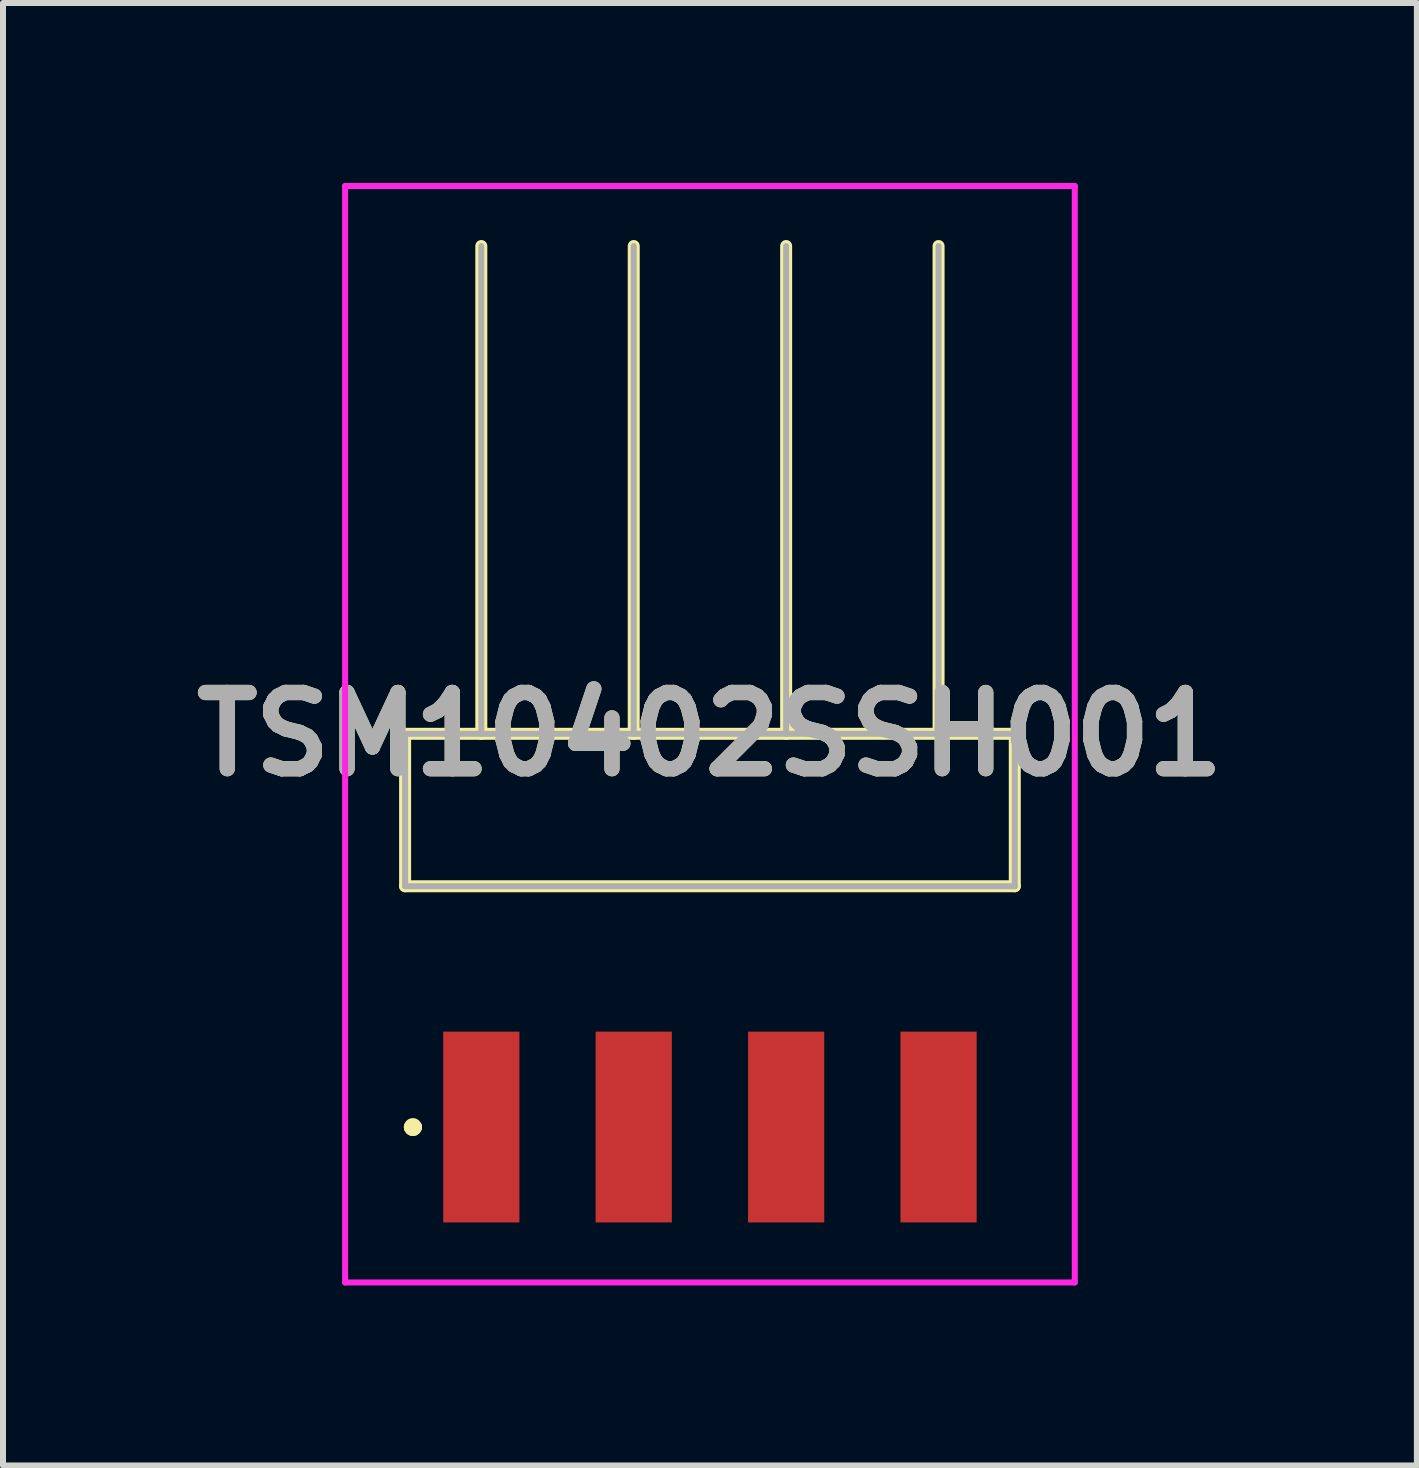
<source format=kicad_pcb>
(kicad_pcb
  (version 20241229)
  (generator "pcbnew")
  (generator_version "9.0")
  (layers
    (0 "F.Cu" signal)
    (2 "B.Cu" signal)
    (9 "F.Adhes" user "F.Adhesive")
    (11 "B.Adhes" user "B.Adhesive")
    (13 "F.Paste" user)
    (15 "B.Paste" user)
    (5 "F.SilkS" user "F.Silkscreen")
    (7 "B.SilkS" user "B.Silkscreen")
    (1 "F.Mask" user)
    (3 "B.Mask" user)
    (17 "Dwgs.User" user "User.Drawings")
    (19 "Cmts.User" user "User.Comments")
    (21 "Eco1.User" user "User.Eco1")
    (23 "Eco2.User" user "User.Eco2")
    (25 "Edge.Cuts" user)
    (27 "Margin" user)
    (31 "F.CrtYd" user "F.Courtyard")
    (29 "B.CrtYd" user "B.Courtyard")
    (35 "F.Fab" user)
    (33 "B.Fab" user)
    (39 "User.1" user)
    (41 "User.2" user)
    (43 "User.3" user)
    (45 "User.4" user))
  (footprint "TSM10402SSH001"
    (layer "F.Cu")
    (at 8.781 10.449)
    (property "Reference" "TSM10402SSH001" (at 0 -1.263 0) (layer "F.SilkS") (effects (font (size 1.27 1.27) (thickness 0.254))))
    (attr smd)
    (fp_line (start -5.08 -1.27) (end 5.08 -1.27) (stroke (width 0.2) (type solid)) (layer "F.SilkS"))
    (fp_line (start -5.08 1.27) (end -5.08 -1.27) (stroke (width 0.2) (type solid)) (layer "F.SilkS"))
    (fp_line (start -5 5.283) (end -5 5.283) (stroke (width 0.2) (type solid)) (layer "F.SilkS"))
    (fp_line (start -5 5.283) (end -5 5.283) (stroke (width 0.2) (type solid)) (layer "F.SilkS"))
    (fp_line (start -4.9 5.283) (end -4.9 5.283) (stroke (width 0.2) (type solid)) (layer "F.SilkS"))
    (fp_line (start -3.81 -1.27) (end -3.81 -9.399) (stroke (width 0.2) (type solid)) (layer "F.SilkS"))
    (fp_line (start -1.27 -1.27) (end -1.27 -9.399) (stroke (width 0.2) (type solid)) (layer "F.SilkS"))
    (fp_line (start 1.27 -1.27) (end 1.27 -9.399) (stroke (width 0.2) (type solid)) (layer "F.SilkS"))
    (fp_line (start 3.81 -1.27) (end 3.81 -9.399) (stroke (width 0.2) (type solid)) (layer "F.SilkS"))
    (fp_line (start 5.08 -1.27) (end 5.08 1.27) (stroke (width 0.2) (type solid)) (layer "F.SilkS"))
    (fp_line (start 5.08 1.27) (end -5.08 1.27) (stroke (width 0.2) (type solid)) (layer "F.SilkS"))
    (fp_arc (start -5 5.283) (mid -4.95 5.233) (end -4.9 5.283) (stroke (width 0.2) (type solid)) (layer "F.SilkS"))
    (fp_arc (start -4.9 5.283) (mid -4.95 5.333) (end -5 5.283) (stroke (width 0.2) (type solid)) (layer "F.SilkS"))
    (fp_arc (start -4.9 5.283) (mid -4.95 5.333) (end -5 5.283) (stroke (width 0.2) (type solid)) (layer "F.SilkS"))
    (fp_line (start -6.08 -10.399) (end 6.08 -10.399) (stroke (width 0.1) (type solid)) (layer "F.CrtYd"))
    (fp_line (start -6.08 7.873) (end -6.08 -10.399) (stroke (width 0.1) (type solid)) (layer "F.CrtYd"))
    (fp_line (start 6.08 -10.399) (end 6.08 7.873) (stroke (width 0.1) (type solid)) (layer "F.CrtYd"))
    (fp_line (start 6.08 7.873) (end -6.08 7.873) (stroke (width 0.1) (type solid)) (layer "F.CrtYd"))
    (fp_line (start -5.08 -1.27) (end 5.08 -1.27) (stroke (width 0.1) (type solid)) (layer "F.Fab"))
    (fp_line (start -5.08 1.27) (end -5.08 -1.27) (stroke (width 0.1) (type solid)) (layer "F.Fab"))
    (fp_line (start -3.81 -1.27) (end -3.81 -9.399) (stroke (width 0.1) (type solid)) (layer "F.Fab"))
    (fp_line (start -1.27 -1.27) (end -1.27 -9.399) (stroke (width 0.1) (type solid)) (layer "F.Fab"))
    (fp_line (start 1.27 -1.27) (end 1.27 -9.399) (stroke (width 0.1) (type solid)) (layer "F.Fab"))
    (fp_line (start 3.81 -1.27) (end 3.81 -9.399) (stroke (width 0.1) (type solid)) (layer "F.Fab"))
    (fp_line (start 5.08 -1.27) (end 5.08 1.27) (stroke (width 0.1) (type solid)) (layer "F.Fab"))
    (fp_line (start 5.08 1.27) (end -5.08 1.27) (stroke (width 0.1) (type solid)) (layer "F.Fab"))
    (fp_text user "${REFERENCE}" (at 0 -1.263 0) (layer "F.Fab") (effects (font (size 1.27 1.27) (thickness 0.254))))
    (pad "1" smd rect (at -3.81 5.283) (size 1.27 3.18) (layers "F.Cu" "F.Mask" "F.Paste"))
    (pad "2" smd rect (at -1.27 5.283) (size 1.27 3.18) (layers "F.Cu" "F.Mask" "F.Paste"))
    (pad "3" smd rect (at 1.27 5.283) (size 1.27 3.18) (layers "F.Cu" "F.Mask" "F.Paste"))
    (pad "4" smd rect (at 3.81 5.283) (size 1.27 3.18) (layers "F.Cu" "F.Mask" "F.Paste")))
  (gr_rect
    (start -3 -3)
    (end 20.562 21.372)
    (stroke (width 0.1) (type default))
    (fill no)
    (layer "Edge.Cuts")))
</source>
